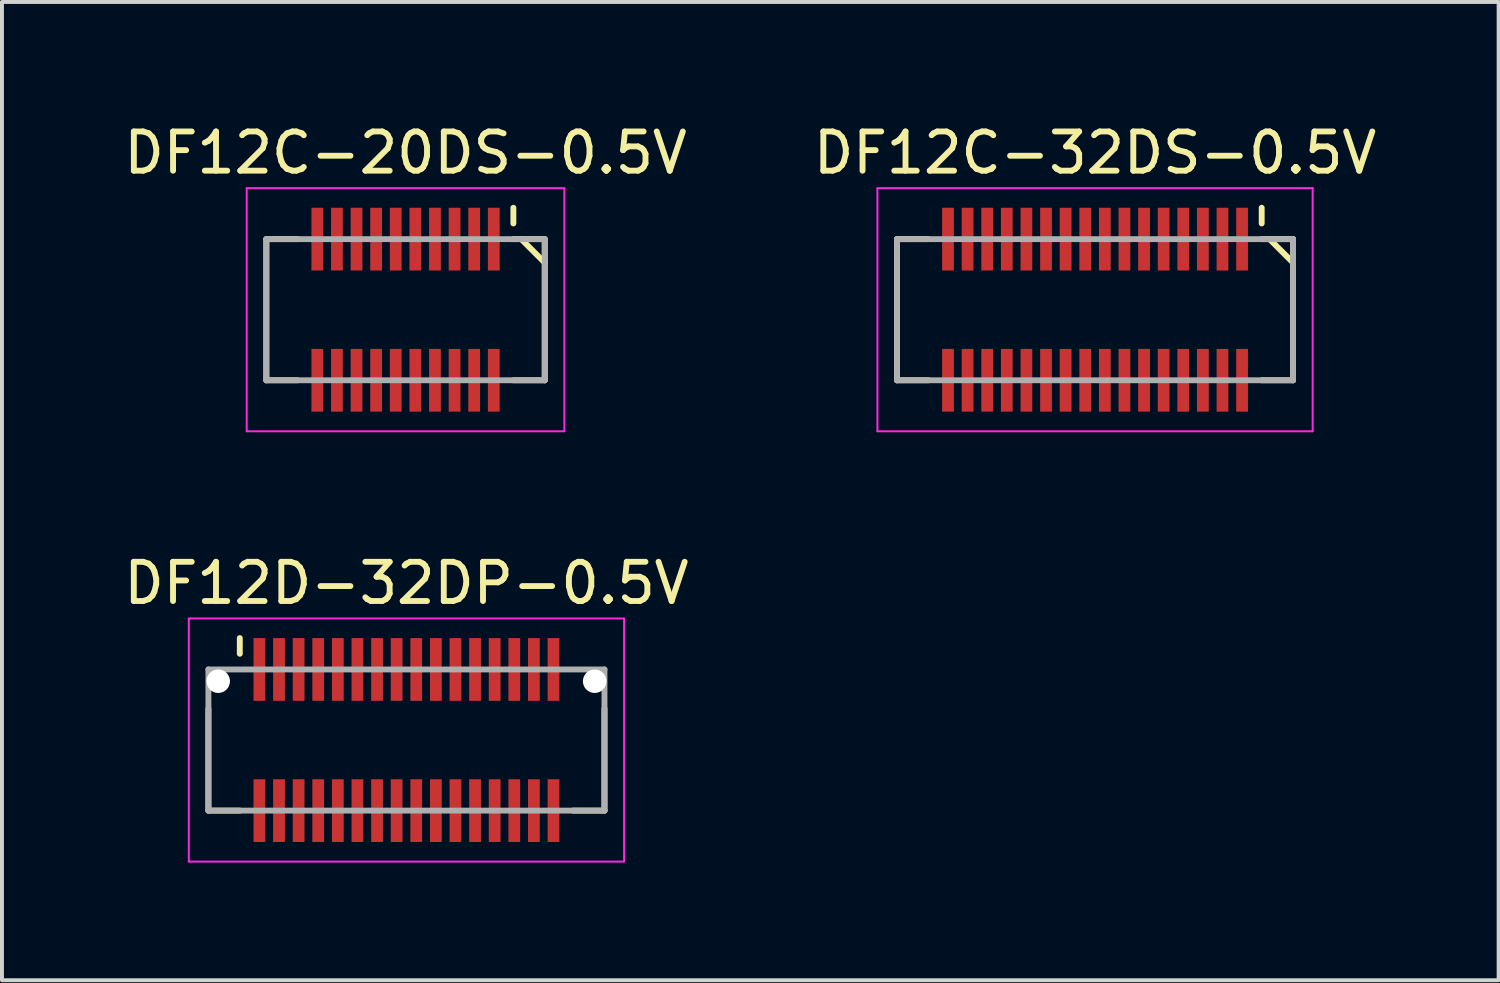
<source format=kicad_pcb>
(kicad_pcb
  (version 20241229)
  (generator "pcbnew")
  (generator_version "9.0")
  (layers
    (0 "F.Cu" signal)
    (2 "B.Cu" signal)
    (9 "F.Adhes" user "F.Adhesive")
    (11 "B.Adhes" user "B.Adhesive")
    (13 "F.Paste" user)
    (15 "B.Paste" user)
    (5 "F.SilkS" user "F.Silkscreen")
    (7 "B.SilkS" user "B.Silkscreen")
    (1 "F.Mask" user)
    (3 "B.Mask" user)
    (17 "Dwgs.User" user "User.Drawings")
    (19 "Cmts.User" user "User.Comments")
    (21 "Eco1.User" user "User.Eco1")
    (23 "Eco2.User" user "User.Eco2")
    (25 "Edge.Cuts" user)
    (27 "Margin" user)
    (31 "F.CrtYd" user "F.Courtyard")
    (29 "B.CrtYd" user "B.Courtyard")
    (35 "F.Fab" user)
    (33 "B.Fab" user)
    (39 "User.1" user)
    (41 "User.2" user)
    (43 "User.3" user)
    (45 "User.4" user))
  (footprint "DF12C-20DS-0.5V"
    (layer "F.Cu")
    (at 7.292 4.848)
    (property "Reference" "DF12C-20DS-0.5V" (at 0 -4 0) (layer "F.SilkS") (effects (font (size 1 1) (thickness 0.15))))
    (attr smd)
    (fp_line (start -3.55 -1.8) (end -3.55 1.8) (stroke (width 0.15) (type solid)) (layer "F.SilkS"))
    (fp_line (start -3.55 -1.8) (end -2.75 -1.8) (stroke (width 0.15) (type solid)) (layer "F.SilkS"))
    (fp_line (start -3.55 1.8) (end -2.75 1.8) (stroke (width 0.15) (type solid)) (layer "F.SilkS"))
    (fp_line (start 2.75 -2.6) (end 2.75 -2.2) (stroke (width 0.15) (type solid)) (layer "F.SilkS"))
    (fp_line (start 2.75 -1.8) (end 3.55 -1.8) (stroke (width 0.15) (type solid)) (layer "F.SilkS"))
    (fp_line (start 2.75 1.8) (end 3.55 1.8) (stroke (width 0.15) (type solid)) (layer "F.SilkS"))
    (fp_line (start 2.95 -1.8) (end 3.55 -1.2) (stroke (width 0.15) (type solid)) (layer "F.SilkS"))
    (fp_line (start 3.55 -1.8) (end 3.55 1.8) (stroke (width 0.15) (type solid)) (layer "F.SilkS"))
    (fp_line (start -4.05 -3.1) (end -4.05 3.1) (stroke (width 0.05) (type solid)) (layer "F.CrtYd"))
    (fp_line (start -4.05 -3.1) (end 4.05 -3.1) (stroke (width 0.05) (type solid)) (layer "F.CrtYd"))
    (fp_line (start -4.05 3.1) (end 4.05 3.1) (stroke (width 0.05) (type solid)) (layer "F.CrtYd"))
    (fp_line (start 4.05 -3.1) (end 4.05 3.1) (stroke (width 0.05) (type solid)) (layer "F.CrtYd"))
    (fp_line (start -3.55 -1.8) (end -3.55 1.8) (stroke (width 0.15) (type solid)) (layer "F.Fab"))
    (fp_line (start -3.55 -1.8) (end 3.55 -1.8) (stroke (width 0.15) (type solid)) (layer "F.Fab"))
    (fp_line (start -3.55 1.8) (end 3.55 1.8) (stroke (width 0.15) (type solid)) (layer "F.Fab"))
    (fp_line (start 3.55 -1.8) (end 3.55 1.8) (stroke (width 0.15) (type solid)) (layer "F.Fab"))
    (pad "1" smd rect (at 2.25 -1.8) (size 0.3 1.6) (layers "F.Cu" "F.Mask" "F.Paste"))
    (pad "2" smd rect (at 2.25 1.8) (size 0.3 1.6) (layers "F.Cu" "F.Mask" "F.Paste"))
    (pad "3" smd rect (at 1.75 -1.8) (size 0.3 1.6) (layers "F.Cu" "F.Mask" "F.Paste"))
    (pad "4" smd rect (at 1.75 1.8) (size 0.3 1.6) (layers "F.Cu" "F.Mask" "F.Paste"))
    (pad "5" smd rect (at 1.25 -1.8) (size 0.3 1.6) (layers "F.Cu" "F.Mask" "F.Paste"))
    (pad "6" smd rect (at 1.25 1.8) (size 0.3 1.6) (layers "F.Cu" "F.Mask" "F.Paste"))
    (pad "7" smd rect (at 0.75 -1.8) (size 0.3 1.6) (layers "F.Cu" "F.Mask" "F.Paste"))
    (pad "8" smd rect (at 0.75 1.8) (size 0.3 1.6) (layers "F.Cu" "F.Mask" "F.Paste"))
    (pad "9" smd rect (at 0.25 -1.8) (size 0.3 1.6) (layers "F.Cu" "F.Mask" "F.Paste"))
    (pad "10" smd rect (at 0.25 1.8) (size 0.3 1.6) (layers "F.Cu" "F.Mask" "F.Paste"))
    (pad "11" smd rect (at -0.25 -1.8) (size 0.3 1.6) (layers "F.Cu" "F.Mask" "F.Paste"))
    (pad "12" smd rect (at -0.25 1.8) (size 0.3 1.6) (layers "F.Cu" "F.Mask" "F.Paste"))
    (pad "13" smd rect (at -0.75 -1.8) (size 0.3 1.6) (layers "F.Cu" "F.Mask" "F.Paste"))
    (pad "14" smd rect (at -0.75 1.8) (size 0.3 1.6) (layers "F.Cu" "F.Mask" "F.Paste"))
    (pad "15" smd rect (at -1.25 -1.8) (size 0.3 1.6) (layers "F.Cu" "F.Mask" "F.Paste"))
    (pad "16" smd rect (at -1.25 1.8) (size 0.3 1.6) (layers "F.Cu" "F.Mask" "F.Paste"))
    (pad "17" smd rect (at -1.75 -1.8) (size 0.3 1.6) (layers "F.Cu" "F.Mask" "F.Paste"))
    (pad "18" smd rect (at -1.75 1.8) (size 0.3 1.6) (layers "F.Cu" "F.Mask" "F.Paste"))
    (pad "19" smd rect (at -2.25 -1.8) (size 0.3 1.6) (layers "F.Cu" "F.Mask" "F.Paste"))
    (pad "20" smd rect (at -2.25 1.8) (size 0.3 1.6) (layers "F.Cu" "F.Mask" "F.Paste")))
  (footprint "DF12D-32DP-0.5V"
    (layer "F.Cu")
    (at 7.315 15.822)
    (property "Reference" "DF12D-32DP-0.5V" (at 0 -4 0) (layer "F.SilkS") (effects (font (size 1 1) (thickness 0.15))))
    (attr smd)
    (fp_line (start -5.05 -0.8) (end -5.05 1.8) (stroke (width 0.15) (type solid)) (layer "F.SilkS"))
    (fp_line (start -5.05 1.8) (end -4.25 1.8) (stroke (width 0.15) (type solid)) (layer "F.SilkS"))
    (fp_line (start -4.25 -2.6) (end -4.25 -2.2) (stroke (width 0.15) (type solid)) (layer "F.SilkS"))
    (fp_line (start 4.25 1.8) (end 5.05 1.8) (stroke (width 0.15) (type solid)) (layer "F.SilkS"))
    (fp_line (start 5.05 -0.8) (end 5.05 1.8) (stroke (width 0.15) (type solid)) (layer "F.SilkS"))
    (fp_line (start -5.55 -3.1) (end -5.55 3.1) (stroke (width 0.05) (type solid)) (layer "F.CrtYd"))
    (fp_line (start -5.55 -3.1) (end 5.55 -3.1) (stroke (width 0.05) (type solid)) (layer "F.CrtYd"))
    (fp_line (start -5.55 3.1) (end 5.55 3.1) (stroke (width 0.05) (type solid)) (layer "F.CrtYd"))
    (fp_line (start 5.55 -3.1) (end 5.55 3.1) (stroke (width 0.05) (type solid)) (layer "F.CrtYd"))
    (fp_line (start -5.05 -1.8) (end -5.05 1.8) (stroke (width 0.15) (type solid)) (layer "F.Fab"))
    (fp_line (start -5.05 -1.8) (end 5.05 -1.8) (stroke (width 0.15) (type solid)) (layer "F.Fab"))
    (fp_line (start -5.05 1.8) (end 5.05 1.8) (stroke (width 0.15) (type solid)) (layer "F.Fab"))
    (fp_line (start 5.05 -1.8) (end 5.05 1.8) (stroke (width 0.15) (type solid)) (layer "F.Fab"))
    (pad "" np_thru_hole circle (at -4.8 -1.5) (size 0.6 0.6) (drill 0.6) (layers "*.Cu" "*.Mask"))
    (pad "" np_thru_hole circle (at 4.8 -1.5) (size 0.6 0.6) (drill 0.6) (layers "*.Cu" "*.Mask"))
    (pad "1" smd rect (at -3.75 -1.8) (size 0.3 1.6) (layers "F.Cu" "F.Mask" "F.Paste"))
    (pad "2" smd rect (at -3.75 1.8) (size 0.3 1.6) (layers "F.Cu" "F.Mask" "F.Paste"))
    (pad "3" smd rect (at -3.25 -1.8) (size 0.3 1.6) (layers "F.Cu" "F.Mask" "F.Paste"))
    (pad "4" smd rect (at -3.25 1.8) (size 0.3 1.6) (layers "F.Cu" "F.Mask" "F.Paste"))
    (pad "5" smd rect (at -2.75 -1.8) (size 0.3 1.6) (layers "F.Cu" "F.Mask" "F.Paste"))
    (pad "6" smd rect (at -2.75 1.8) (size 0.3 1.6) (layers "F.Cu" "F.Mask" "F.Paste"))
    (pad "7" smd rect (at -2.25 -1.8) (size 0.3 1.6) (layers "F.Cu" "F.Mask" "F.Paste"))
    (pad "8" smd rect (at -2.25 1.8) (size 0.3 1.6) (layers "F.Cu" "F.Mask" "F.Paste"))
    (pad "9" smd rect (at -1.75 -1.8) (size 0.3 1.6) (layers "F.Cu" "F.Mask" "F.Paste"))
    (pad "10" smd rect (at -1.75 1.8) (size 0.3 1.6) (layers "F.Cu" "F.Mask" "F.Paste"))
    (pad "11" smd rect (at -1.25 -1.8) (size 0.3 1.6) (layers "F.Cu" "F.Mask" "F.Paste"))
    (pad "12" smd rect (at -1.25 1.8) (size 0.3 1.6) (layers "F.Cu" "F.Mask" "F.Paste"))
    (pad "13" smd rect (at -0.75 -1.8) (size 0.3 1.6) (layers "F.Cu" "F.Mask" "F.Paste"))
    (pad "14" smd rect (at -0.75 1.8) (size 0.3 1.6) (layers "F.Cu" "F.Mask" "F.Paste"))
    (pad "15" smd rect (at -0.25 -1.8) (size 0.3 1.6) (layers "F.Cu" "F.Mask" "F.Paste"))
    (pad "16" smd rect (at -0.25 1.8) (size 0.3 1.6) (layers "F.Cu" "F.Mask" "F.Paste"))
    (pad "17" smd rect (at 0.25 -1.8) (size 0.3 1.6) (layers "F.Cu" "F.Mask" "F.Paste"))
    (pad "18" smd rect (at 0.25 1.8) (size 0.3 1.6) (layers "F.Cu" "F.Mask" "F.Paste"))
    (pad "19" smd rect (at 0.75 -1.8) (size 0.3 1.6) (layers "F.Cu" "F.Mask" "F.Paste"))
    (pad "20" smd rect (at 0.75 1.8) (size 0.3 1.6) (layers "F.Cu" "F.Mask" "F.Paste"))
    (pad "21" smd rect (at 1.25 -1.8) (size 0.3 1.6) (layers "F.Cu" "F.Mask" "F.Paste"))
    (pad "22" smd rect (at 1.25 1.8) (size 0.3 1.6) (layers "F.Cu" "F.Mask" "F.Paste"))
    (pad "23" smd rect (at 1.75 -1.8) (size 0.3 1.6) (layers "F.Cu" "F.Mask" "F.Paste"))
    (pad "24" smd rect (at 1.75 1.8) (size 0.3 1.6) (layers "F.Cu" "F.Mask" "F.Paste"))
    (pad "25" smd rect (at 2.25 -1.8) (size 0.3 1.6) (layers "F.Cu" "F.Mask" "F.Paste"))
    (pad "26" smd rect (at 2.25 1.8) (size 0.3 1.6) (layers "F.Cu" "F.Mask" "F.Paste"))
    (pad "27" smd rect (at 2.75 -1.8) (size 0.3 1.6) (layers "F.Cu" "F.Mask" "F.Paste"))
    (pad "28" smd rect (at 2.75 1.8) (size 0.3 1.6) (layers "F.Cu" "F.Mask" "F.Paste"))
    (pad "29" smd rect (at 3.25 -1.8) (size 0.3 1.6) (layers "F.Cu" "F.Mask" "F.Paste"))
    (pad "30" smd rect (at 3.25 1.8) (size 0.3 1.6) (layers "F.Cu" "F.Mask" "F.Paste"))
    (pad "31" smd rect (at 3.75 -1.8) (size 0.3 1.6) (layers "F.Cu" "F.Mask" "F.Paste"))
    (pad "32" smd rect (at 3.75 1.8) (size 0.3 1.6) (layers "F.Cu" "F.Mask" "F.Paste")))
  (footprint "DF12C-32DS-0.5V"
    (layer "F.Cu")
    (at 24.875 4.848)
    (property "Reference" "DF12C-32DS-0.5V" (at 0 -4 0) (layer "F.SilkS") (effects (font (size 1 1) (thickness 0.15))))
    (attr smd)
    (fp_line (start -5.05 -1.8) (end -5.05 1.8) (stroke (width 0.15) (type solid)) (layer "F.SilkS"))
    (fp_line (start -5.05 -1.8) (end -4.25 -1.8) (stroke (width 0.15) (type solid)) (layer "F.SilkS"))
    (fp_line (start -5.05 1.8) (end -4.25 1.8) (stroke (width 0.15) (type solid)) (layer "F.SilkS"))
    (fp_line (start 4.25 -2.6) (end 4.25 -2.2) (stroke (width 0.15) (type solid)) (layer "F.SilkS"))
    (fp_line (start 4.25 -1.8) (end 5.05 -1.8) (stroke (width 0.15) (type solid)) (layer "F.SilkS"))
    (fp_line (start 4.25 1.8) (end 5.05 1.8) (stroke (width 0.15) (type solid)) (layer "F.SilkS"))
    (fp_line (start 4.45 -1.8) (end 5.05 -1.2) (stroke (width 0.15) (type solid)) (layer "F.SilkS"))
    (fp_line (start 5.05 -1.8) (end 5.05 1.8) (stroke (width 0.15) (type solid)) (layer "F.SilkS"))
    (fp_line (start -5.55 -3.1) (end -5.55 3.1) (stroke (width 0.05) (type solid)) (layer "F.CrtYd"))
    (fp_line (start -5.55 -3.1) (end 5.55 -3.1) (stroke (width 0.05) (type solid)) (layer "F.CrtYd"))
    (fp_line (start -5.55 3.1) (end 5.55 3.1) (stroke (width 0.05) (type solid)) (layer "F.CrtYd"))
    (fp_line (start 5.55 -3.1) (end 5.55 3.1) (stroke (width 0.05) (type solid)) (layer "F.CrtYd"))
    (fp_line (start -5.05 -1.8) (end -5.05 1.8) (stroke (width 0.15) (type solid)) (layer "F.Fab"))
    (fp_line (start -5.05 -1.8) (end 5.05 -1.8) (stroke (width 0.15) (type solid)) (layer "F.Fab"))
    (fp_line (start -5.05 1.8) (end 5.05 1.8) (stroke (width 0.15) (type solid)) (layer "F.Fab"))
    (fp_line (start 5.05 -1.8) (end 5.05 1.8) (stroke (width 0.15) (type solid)) (layer "F.Fab"))
    (pad "1" smd rect (at 3.75 -1.8) (size 0.3 1.6) (layers "F.Cu" "F.Mask" "F.Paste"))
    (pad "2" smd rect (at 3.75 1.8) (size 0.3 1.6) (layers "F.Cu" "F.Mask" "F.Paste"))
    (pad "3" smd rect (at 3.25 -1.8) (size 0.3 1.6) (layers "F.Cu" "F.Mask" "F.Paste"))
    (pad "4" smd rect (at 3.25 1.8) (size 0.3 1.6) (layers "F.Cu" "F.Mask" "F.Paste"))
    (pad "5" smd rect (at 2.75 -1.8) (size 0.3 1.6) (layers "F.Cu" "F.Mask" "F.Paste"))
    (pad "6" smd rect (at 2.75 1.8) (size 0.3 1.6) (layers "F.Cu" "F.Mask" "F.Paste"))
    (pad "7" smd rect (at 2.25 -1.8) (size 0.3 1.6) (layers "F.Cu" "F.Mask" "F.Paste"))
    (pad "8" smd rect (at 2.25 1.8) (size 0.3 1.6) (layers "F.Cu" "F.Mask" "F.Paste"))
    (pad "9" smd rect (at 1.75 -1.8) (size 0.3 1.6) (layers "F.Cu" "F.Mask" "F.Paste"))
    (pad "10" smd rect (at 1.75 1.8) (size 0.3 1.6) (layers "F.Cu" "F.Mask" "F.Paste"))
    (pad "11" smd rect (at 1.25 -1.8) (size 0.3 1.6) (layers "F.Cu" "F.Mask" "F.Paste"))
    (pad "12" smd rect (at 1.25 1.8) (size 0.3 1.6) (layers "F.Cu" "F.Mask" "F.Paste"))
    (pad "13" smd rect (at 0.75 -1.8) (size 0.3 1.6) (layers "F.Cu" "F.Mask" "F.Paste"))
    (pad "14" smd rect (at 0.75 1.8) (size 0.3 1.6) (layers "F.Cu" "F.Mask" "F.Paste"))
    (pad "15" smd rect (at 0.25 -1.8) (size 0.3 1.6) (layers "F.Cu" "F.Mask" "F.Paste"))
    (pad "16" smd rect (at 0.25 1.8) (size 0.3 1.6) (layers "F.Cu" "F.Mask" "F.Paste"))
    (pad "17" smd rect (at -0.25 -1.8) (size 0.3 1.6) (layers "F.Cu" "F.Mask" "F.Paste"))
    (pad "18" smd rect (at -0.25 1.8) (size 0.3 1.6) (layers "F.Cu" "F.Mask" "F.Paste"))
    (pad "19" smd rect (at -0.75 -1.8) (size 0.3 1.6) (layers "F.Cu" "F.Mask" "F.Paste"))
    (pad "20" smd rect (at -0.75 1.8) (size 0.3 1.6) (layers "F.Cu" "F.Mask" "F.Paste"))
    (pad "21" smd rect (at -1.25 -1.8) (size 0.3 1.6) (layers "F.Cu" "F.Mask" "F.Paste"))
    (pad "22" smd rect (at -1.25 1.8) (size 0.3 1.6) (layers "F.Cu" "F.Mask" "F.Paste"))
    (pad "23" smd rect (at -1.75 -1.8) (size 0.3 1.6) (layers "F.Cu" "F.Mask" "F.Paste"))
    (pad "24" smd rect (at -1.75 1.8) (size 0.3 1.6) (layers "F.Cu" "F.Mask" "F.Paste"))
    (pad "25" smd rect (at -2.25 -1.8) (size 0.3 1.6) (layers "F.Cu" "F.Mask" "F.Paste"))
    (pad "26" smd rect (at -2.25 1.8) (size 0.3 1.6) (layers "F.Cu" "F.Mask" "F.Paste"))
    (pad "27" smd rect (at -2.75 -1.8) (size 0.3 1.6) (layers "F.Cu" "F.Mask" "F.Paste"))
    (pad "28" smd rect (at -2.75 1.8) (size 0.3 1.6) (layers "F.Cu" "F.Mask" "F.Paste"))
    (pad "29" smd rect (at -3.25 -1.8) (size 0.3 1.6) (layers "F.Cu" "F.Mask" "F.Paste"))
    (pad "30" smd rect (at -3.25 1.8) (size 0.3 1.6) (layers "F.Cu" "F.Mask" "F.Paste"))
    (pad "31" smd rect (at -3.75 -1.8) (size 0.3 1.6) (layers "F.Cu" "F.Mask" "F.Paste"))
    (pad "32" smd rect (at -3.75 1.8) (size 0.3 1.6) (layers "F.Cu" "F.Mask" "F.Paste")))
  (gr_rect
    (start -3 -3)
    (end 35.167 21.947)
    (stroke (width 0.1) (type default))
    (fill no)
    (layer "Edge.Cuts")))
</source>
